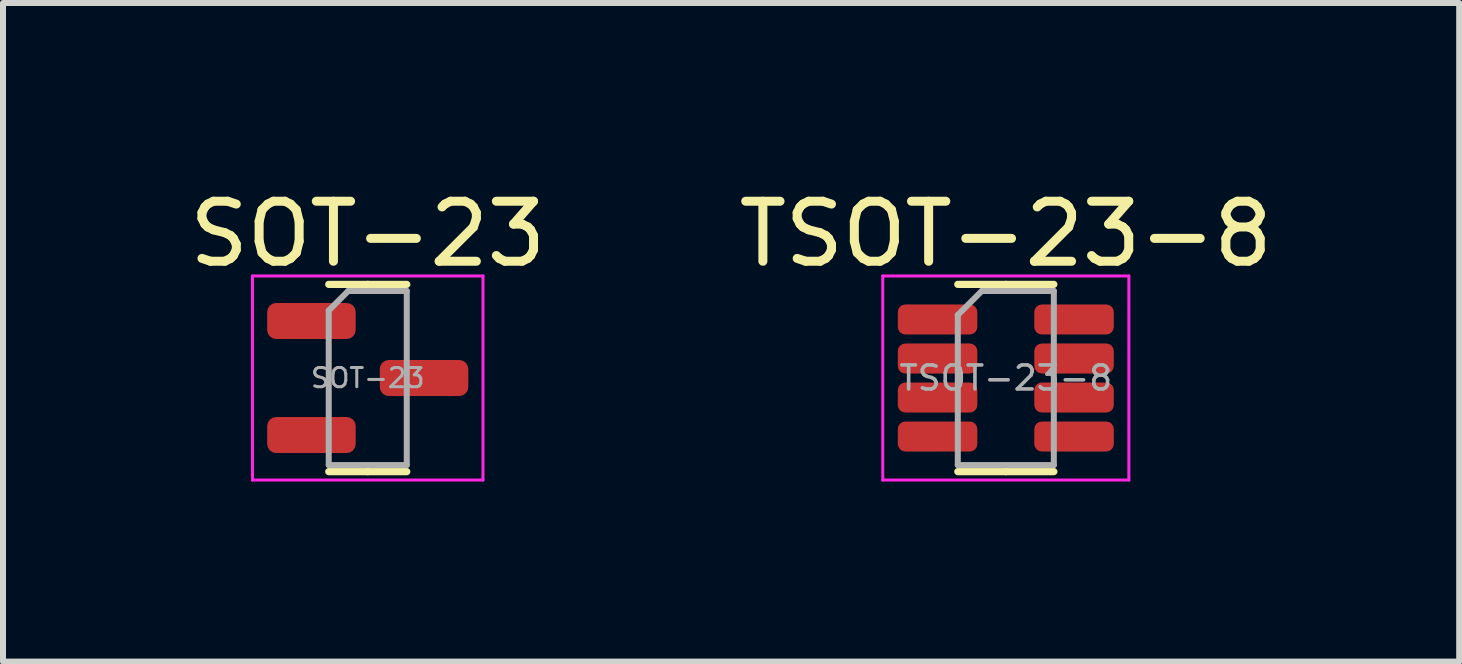
<source format=kicad_pcb>
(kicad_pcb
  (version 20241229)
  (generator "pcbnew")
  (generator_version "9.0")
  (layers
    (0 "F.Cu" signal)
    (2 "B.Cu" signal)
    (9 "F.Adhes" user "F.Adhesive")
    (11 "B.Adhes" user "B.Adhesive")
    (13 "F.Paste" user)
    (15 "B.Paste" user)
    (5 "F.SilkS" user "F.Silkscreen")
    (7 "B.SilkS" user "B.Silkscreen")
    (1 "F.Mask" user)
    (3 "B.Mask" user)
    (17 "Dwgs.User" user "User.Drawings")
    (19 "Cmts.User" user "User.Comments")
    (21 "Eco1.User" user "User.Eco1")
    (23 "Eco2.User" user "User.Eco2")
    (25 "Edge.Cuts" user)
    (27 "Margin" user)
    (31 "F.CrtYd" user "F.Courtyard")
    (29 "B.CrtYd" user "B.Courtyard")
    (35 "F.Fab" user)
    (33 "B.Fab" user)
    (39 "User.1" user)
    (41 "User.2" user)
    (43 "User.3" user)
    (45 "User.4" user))
  (footprint "TSOT-23-8"
    (layer "F.Cu")
    (at 13.708 3.248)
    (property "Reference" "TSOT-23-8" (at 0 -2.4 0) (layer "F.SilkS") (effects (font (size 1 1) (thickness 0.15))))
    (attr smd)
    (fp_line (start 0 -1.56) (end -0.8 -1.56) (stroke (width 0.12) (type solid)) (layer "F.SilkS"))
    (fp_line (start 0 -1.56) (end 0.8 -1.56) (stroke (width 0.12) (type solid)) (layer "F.SilkS"))
    (fp_line (start 0 1.56) (end -0.8 1.56) (stroke (width 0.12) (type solid)) (layer "F.SilkS"))
    (fp_line (start 0 1.56) (end 0.8 1.56) (stroke (width 0.12) (type solid)) (layer "F.SilkS"))
    (fp_line (start -2.05 -1.7) (end -2.05 1.7) (stroke (width 0.05) (type solid)) (layer "F.CrtYd"))
    (fp_line (start -2.05 1.7) (end 2.05 1.7) (stroke (width 0.05) (type solid)) (layer "F.CrtYd"))
    (fp_line (start 2.05 -1.7) (end -2.05 -1.7) (stroke (width 0.05) (type solid)) (layer "F.CrtYd"))
    (fp_line (start 2.05 1.7) (end 2.05 -1.7) (stroke (width 0.05) (type solid)) (layer "F.CrtYd"))
    (fp_line (start -0.8 -1.05) (end -0.4 -1.45) (stroke (width 0.1) (type solid)) (layer "F.Fab"))
    (fp_line (start -0.8 1.45) (end -0.8 -1.05) (stroke (width 0.1) (type solid)) (layer "F.Fab"))
    (fp_line (start -0.4 -1.45) (end 0.8 -1.45) (stroke (width 0.1) (type solid)) (layer "F.Fab"))
    (fp_line (start 0.8 -1.45) (end 0.8 1.45) (stroke (width 0.1) (type solid)) (layer "F.Fab"))
    (fp_line (start 0.8 1.45) (end -0.8 1.45) (stroke (width 0.1) (type solid)) (layer "F.Fab"))
    (fp_text user "${REFERENCE}" (at 0 0 0) (layer "F.Fab") (effects (font (size 0.4 0.4) (thickness 0.06))))
    (pad "1" smd roundrect (at -1.137 -0.975) (size 1.325 0.5) (layers "F.Cu" "F.Mask" "F.Paste") (roundrect_rratio 0.25))
    (pad "2" smd roundrect (at -1.137 -0.325) (size 1.325 0.5) (layers "F.Cu" "F.Mask" "F.Paste") (roundrect_rratio 0.25))
    (pad "3" smd roundrect (at -1.137 0.325) (size 1.325 0.5) (layers "F.Cu" "F.Mask" "F.Paste") (roundrect_rratio 0.25))
    (pad "4" smd roundrect (at -1.137 0.975) (size 1.325 0.5) (layers "F.Cu" "F.Mask" "F.Paste") (roundrect_rratio 0.25))
    (pad "5" smd roundrect (at 1.137 0.975) (size 1.325 0.5) (layers "F.Cu" "F.Mask" "F.Paste") (roundrect_rratio 0.25))
    (pad "6" smd roundrect (at 1.137 0.325) (size 1.325 0.5) (layers "F.Cu" "F.Mask" "F.Paste") (roundrect_rratio 0.25))
    (pad "7" smd roundrect (at 1.137 -0.325) (size 1.325 0.5) (layers "F.Cu" "F.Mask" "F.Paste") (roundrect_rratio 0.25))
    (pad "8" smd roundrect (at 1.137 -0.975) (size 1.325 0.5) (layers "F.Cu" "F.Mask" "F.Paste") (roundrect_rratio 0.25)))
  (footprint "SOT-23"
    (layer "F.Cu")
    (at 3.077 3.248)
    (property "Reference" "SOT-23" (at 0 -2.4 0) (layer "F.SilkS") (effects (font (size 1 1) (thickness 0.15))))
    (attr smd)
    (fp_line (start 0 -1.56) (end -0.65 -1.56) (stroke (width 0.12) (type solid)) (layer "F.SilkS"))
    (fp_line (start 0 -1.56) (end 0.65 -1.56) (stroke (width 0.12) (type solid)) (layer "F.SilkS"))
    (fp_line (start 0 1.56) (end -0.65 1.56) (stroke (width 0.12) (type solid)) (layer "F.SilkS"))
    (fp_line (start 0 1.56) (end 0.65 1.56) (stroke (width 0.12) (type solid)) (layer "F.SilkS"))
    (fp_line (start -1.92 -1.7) (end -1.92 1.7) (stroke (width 0.05) (type solid)) (layer "F.CrtYd"))
    (fp_line (start -1.92 1.7) (end 1.92 1.7) (stroke (width 0.05) (type solid)) (layer "F.CrtYd"))
    (fp_line (start 1.92 -1.7) (end -1.92 -1.7) (stroke (width 0.05) (type solid)) (layer "F.CrtYd"))
    (fp_line (start 1.92 1.7) (end 1.92 -1.7) (stroke (width 0.05) (type solid)) (layer "F.CrtYd"))
    (fp_line (start -0.65 -1.125) (end -0.325 -1.45) (stroke (width 0.1) (type solid)) (layer "F.Fab"))
    (fp_line (start -0.65 1.45) (end -0.65 -1.125) (stroke (width 0.1) (type solid)) (layer "F.Fab"))
    (fp_line (start -0.325 -1.45) (end 0.65 -1.45) (stroke (width 0.1) (type solid)) (layer "F.Fab"))
    (fp_line (start 0.65 -1.45) (end 0.65 1.45) (stroke (width 0.1) (type solid)) (layer "F.Fab"))
    (fp_line (start 0.65 1.45) (end -0.65 1.45) (stroke (width 0.1) (type solid)) (layer "F.Fab"))
    (fp_text user "${REFERENCE}" (at 0 0 0) (layer "F.Fab") (effects (font (size 0.32 0.32) (thickness 0.05))))
    (pad "1" smd roundrect (at -0.938 -0.95) (size 1.475 0.6) (layers "F.Cu" "F.Mask" "F.Paste") (roundrect_rratio 0.25))
    (pad "2" smd roundrect (at -0.938 0.95) (size 1.475 0.6) (layers "F.Cu" "F.Mask" "F.Paste") (roundrect_rratio 0.25))
    (pad "3" smd roundrect (at 0.938 0) (size 1.475 0.6) (layers "F.Cu" "F.Mask" "F.Paste") (roundrect_rratio 0.25)))
  (gr_rect
    (start -3 -3)
    (end 21.262 7.973)
    (stroke (width 0.1) (type default))
    (fill no)
    (layer "Edge.Cuts")))
</source>
